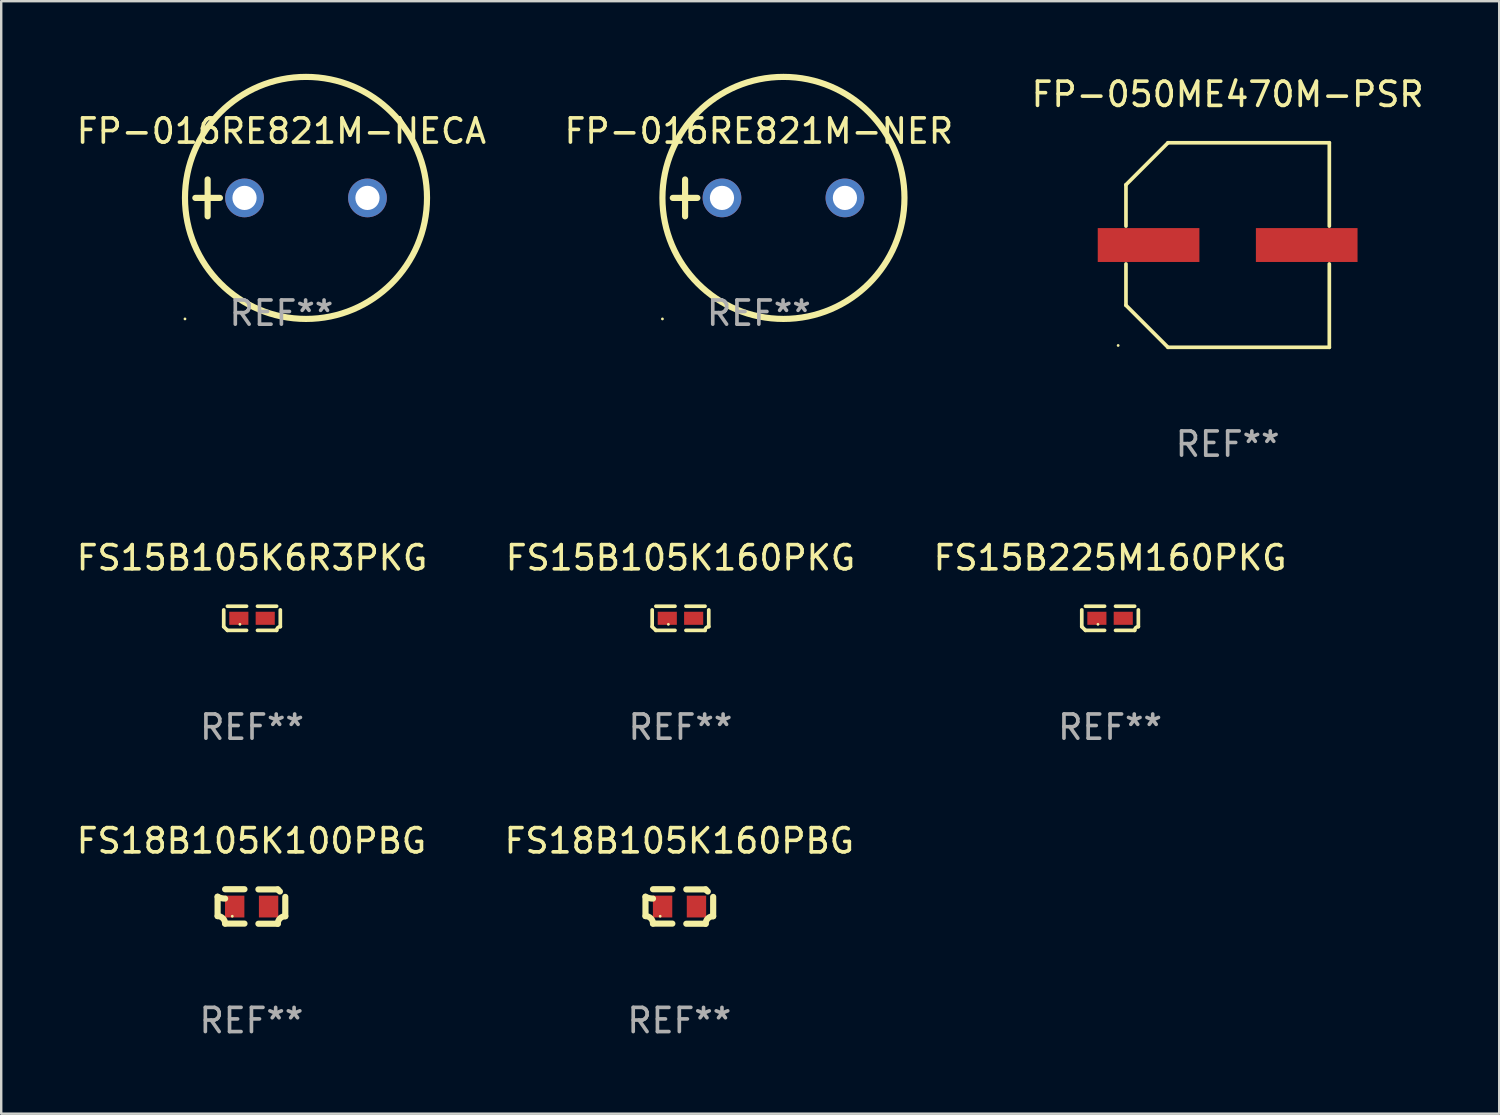
<source format=kicad_pcb>
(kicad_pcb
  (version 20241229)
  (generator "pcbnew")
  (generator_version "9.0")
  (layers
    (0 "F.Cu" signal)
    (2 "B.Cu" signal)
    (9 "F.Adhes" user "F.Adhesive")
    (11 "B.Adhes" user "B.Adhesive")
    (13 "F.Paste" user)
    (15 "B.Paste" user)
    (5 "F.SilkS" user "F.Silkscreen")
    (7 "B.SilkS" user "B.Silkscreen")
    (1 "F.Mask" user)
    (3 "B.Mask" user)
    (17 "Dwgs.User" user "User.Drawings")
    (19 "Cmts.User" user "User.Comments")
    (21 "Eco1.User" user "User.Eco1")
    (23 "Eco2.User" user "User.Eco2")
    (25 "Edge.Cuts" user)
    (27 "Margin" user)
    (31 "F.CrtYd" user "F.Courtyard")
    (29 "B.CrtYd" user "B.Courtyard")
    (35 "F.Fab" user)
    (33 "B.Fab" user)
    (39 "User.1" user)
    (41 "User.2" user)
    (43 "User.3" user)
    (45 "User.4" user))
  (footprint "FS15B105K160PKG"
    (layer "F.Cu")
    (at 25.065 22.496)
    (property "Reference" "FS15B105K160PKG" (at 0 -2.499 0) (layer "F.SilkS") (effects (font (size 1 1) (thickness 0.15))))
    (attr through_hole)
    (fp_line (start -1.169 0.346) (end -1.169 -0.346) (stroke (width 0.152) (type solid)) (layer "F.SilkS"))
    (fp_line (start -1.016 -0.499) (end -0.226 -0.499) (stroke (width 0.152) (type solid)) (layer "F.SilkS"))
    (fp_line (start -0.226 0.499) (end -1.016 0.499) (stroke (width 0.152) (type solid)) (layer "F.SilkS"))
    (fp_line (start 0.226 0.499) (end 1.016 0.499) (stroke (width 0.152) (type solid)) (layer "F.SilkS"))
    (fp_line (start 1.016 -0.499) (end 0.226 -0.499) (stroke (width 0.152) (type solid)) (layer "F.SilkS"))
    (fp_line (start 1.169 0.346) (end 1.169 -0.346) (stroke (width 0.152) (type solid)) (layer "F.SilkS"))
    (fp_arc (start -1.016307 0.498603) (mid -1.092512 0.422405) (end -1.16871 0.3462) (stroke (width 0.1524) (type solid)) (layer "F.SilkS"))
    (fp_arc (start 1.016307 0.498603) (mid 1.060899 0.390758) (end 1.168707 0.346076) (stroke (width 0.1524) (type solid)) (layer "F.SilkS"))
    (fp_circle (center -0.5 0.25) (end -0.47 0.25) (stroke (width 0.06) (type solid)) (fill no) (layer "F.SilkS"))
    (fp_text user "REF**" (at 0 4.499 0) (layer "F.Fab") (effects (font (size 1 1) (thickness 0.15))))
    (pad "1" smd rect (at -0.545 0) (size 0.79 0.54) (layers "F.Cu" "F.Mask" "F.Paste"))
    (pad "2" smd rect (at 0.545 0) (size 0.79 0.54) (layers "F.Cu" "F.Mask" "F.Paste")))
  (footprint "FP-050ME470M-PSR"
    (layer "F.Cu")
    (at 47.673 7.074)
    (property "Reference" "FP-050ME470M-PSR" (at 0 -6.226 0) (layer "F.SilkS") (effects (font (size 1 1) (thickness 0.15))))
    (attr through_hole)
    (fp_line (start -4.201 -2.49) (end -4.201 -0.782) (stroke (width 0.152) (type solid)) (layer "F.SilkS"))
    (fp_line (start -4.201 2.49) (end -4.201 0.782) (stroke (width 0.152) (type solid)) (layer "F.SilkS"))
    (fp_line (start -2.465 -4.226) (end -4.201 -2.49) (stroke (width 0.152) (type solid)) (layer "F.SilkS"))
    (fp_line (start -2.465 4.226) (end -4.201 2.49) (stroke (width 0.152) (type solid)) (layer "F.SilkS"))
    (fp_line (start 4.201 -4.226) (end -2.465 -4.226) (stroke (width 0.152) (type solid)) (layer "F.SilkS"))
    (fp_line (start 4.201 -0.782) (end 4.201 -4.226) (stroke (width 0.152) (type solid)) (layer "F.SilkS"))
    (fp_line (start 4.201 0.782) (end 4.201 4.226) (stroke (width 0.152) (type solid)) (layer "F.SilkS"))
    (fp_line (start 4.201 4.226) (end -2.465 4.226) (stroke (width 0.152) (type solid)) (layer "F.SilkS"))
    (fp_circle (center -4.524 4.15) (end -4.494 4.15) (stroke (width 0.06) (type solid)) (fill no) (layer "F.SilkS"))
    (fp_text user "REF**" (at 0 8.226 0) (layer "F.Fab") (effects (font (size 1 1) (thickness 0.15))))
    (pad "1" smd rect (at -3.267 0) (size 4.2 1.4) (layers "F.Cu" "F.Mask" "F.Paste"))
    (pad "2" smd rect (at 3.267 0) (size 4.2 1.4) (layers "F.Cu" "F.Mask" "F.Paste")))
  (footprint "FS18B105K160PBG"
    (layer "F.Cu")
    (at 25.018 34.404)
    (property "Reference" "FS18B105K160PBG" (at 0 -2.713 0) (layer "F.SilkS") (effects (font (size 1 1) (thickness 0.15))))
    (attr through_hole)
    (fp_line (start -1.398 -0.403) (end -1.398 0.397) (stroke (width 0.254) (type solid)) (layer "F.SilkS"))
    (fp_line (start -0.288 -0.713) (end -1.088 -0.713) (stroke (width 0.254) (type solid)) (layer "F.SilkS"))
    (fp_line (start -0.288 0.707) (end -1.088 0.707) (stroke (width 0.254) (type solid)) (layer "F.SilkS"))
    (fp_line (start 0.288 -0.707) (end 1.088 -0.707) (stroke (width 0.254) (type solid)) (layer "F.SilkS"))
    (fp_line (start 0.288 0.713) (end 1.088 0.713) (stroke (width 0.254) (type solid)) (layer "F.SilkS"))
    (fp_line (start 1.398 -0.397) (end 1.398 0.403) (stroke (width 0.254) (type solid)) (layer "F.SilkS"))
    (fp_arc (start -1.397789 0.397066) (mid -1.178701 0.487826) (end -1.08796 0.706922) (stroke (width 0.254001) (type solid)) (layer "F.SilkS"))
    (fp_arc (start -1.08796 -0.327176) (mid -1.247436 -0.346384) (end -1.39779 -0.402908) (stroke (width 0.254001) (type solid)) (layer "F.SilkS"))
    (fp_arc (start 1.087909 0.712738) (mid 1.178656 0.493655) (end 1.397739 0.402908) (stroke (width 0.254001) (type solid)) (layer "F.SilkS"))
    (fp_arc (start 1.175925 -0.618926) (mid 1.131917 -0.662923) (end 1.08791 -0.706922) (stroke (width 0.254001) (type solid)) (layer "F.SilkS"))
    (fp_circle (center -0.792 0.403) (end -0.762 0.403) (stroke (width 0.06) (type solid)) (fill no) (layer "F.SilkS"))
    (fp_text user "REF**" (at 0 4.713 0) (layer "F.Fab") (effects (font (size 1 1) (thickness 0.15))))
    (pad "1" smd rect (at -0.692 0.003) (size 0.8 0.9) (layers "F.Cu" "F.Mask" "F.Paste"))
    (pad "2" smd rect (at 0.708 0.003) (size 0.8 0.9) (layers "F.Cu" "F.Mask" "F.Paste")))
  (footprint "FS18B105K100PBG"
    (layer "F.Cu")
    (at 7.339 34.404)
    (property "Reference" "FS18B105K100PBG" (at 0 -2.713 0) (layer "F.SilkS") (effects (font (size 1 1) (thickness 0.15))))
    (attr through_hole)
    (fp_line (start -1.398 -0.403) (end -1.398 0.397) (stroke (width 0.254) (type solid)) (layer "F.SilkS"))
    (fp_line (start -0.288 -0.713) (end -1.088 -0.713) (stroke (width 0.254) (type solid)) (layer "F.SilkS"))
    (fp_line (start -0.288 0.707) (end -1.088 0.707) (stroke (width 0.254) (type solid)) (layer "F.SilkS"))
    (fp_line (start 0.288 -0.707) (end 1.088 -0.707) (stroke (width 0.254) (type solid)) (layer "F.SilkS"))
    (fp_line (start 0.288 0.713) (end 1.088 0.713) (stroke (width 0.254) (type solid)) (layer "F.SilkS"))
    (fp_line (start 1.398 -0.397) (end 1.398 0.403) (stroke (width 0.254) (type solid)) (layer "F.SilkS"))
    (fp_arc (start -1.397789 0.397066) (mid -1.178701 0.487826) (end -1.08796 0.706922) (stroke (width 0.254001) (type solid)) (layer "F.SilkS"))
    (fp_arc (start -1.08796 -0.327176) (mid -1.247436 -0.346384) (end -1.39779 -0.402908) (stroke (width 0.254001) (type solid)) (layer "F.SilkS"))
    (fp_arc (start 1.087909 0.712738) (mid 1.178656 0.493655) (end 1.397739 0.402908) (stroke (width 0.254001) (type solid)) (layer "F.SilkS"))
    (fp_arc (start 1.175925 -0.618926) (mid 1.131917 -0.662923) (end 1.08791 -0.706922) (stroke (width 0.254001) (type solid)) (layer "F.SilkS"))
    (fp_circle (center -0.792 0.403) (end -0.762 0.403) (stroke (width 0.06) (type solid)) (fill no) (layer "F.SilkS"))
    (fp_text user "REF**" (at 0 4.713 0) (layer "F.Fab") (effects (font (size 1 1) (thickness 0.15))))
    (pad "1" smd rect (at -0.692 0.003) (size 0.8 0.9) (layers "F.Cu" "F.Mask" "F.Paste"))
    (pad "2" smd rect (at 0.708 0.003) (size 0.8 0.9) (layers "F.Cu" "F.Mask" "F.Paste")))
  (footprint "FP-016RE821M-NECA"
    (layer "F.Cu")
    (at 8.577 5.127)
    (property "Reference" "FP-016RE821M-NECA" (at 0 -2.762 0) (layer "F.SilkS") (effects (font (size 1 1) (thickness 0.15))))
    (attr through_hole)
    (fp_line (start -3.556 0) (end -2.54 0) (stroke (width 0.254) (type solid)) (layer "F.SilkS"))
    (fp_line (start -3.048 -0.762) (end -3.048 0.762) (stroke (width 0.254) (type solid)) (layer "F.SilkS"))
    (fp_circle (center -3.984 5) (end -3.954 5) (stroke (width 0.06) (type solid)) (fill no) (layer "F.SilkS"))
    (fp_circle (center 1.016 0) (end 6.016 0) (stroke (width 0.254) (type solid)) (fill no) (layer "F.SilkS"))
    (fp_text user "REF**" (at 0 4.762 0) (layer "F.Fab") (effects (font (size 1 1) (thickness 0.15))))
    (pad "1" thru_hole circle (at -1.524 0) (size 1.6 1.6) (drill 1) (layers "*.Cu" "*.Mask"))
    (pad "2" thru_hole circle (at 3.556 0) (size 1.6 1.6) (drill 1) (layers "*.Cu" "*.Mask")))
  (footprint "FS15B225M160PKG"
    (layer "F.Cu")
    (at 42.815 22.496)
    (property "Reference" "FS15B225M160PKG" (at 0 -2.499 0) (layer "F.SilkS") (effects (font (size 1 1) (thickness 0.15))))
    (attr through_hole)
    (fp_line (start -1.169 0.346) (end -1.169 -0.346) (stroke (width 0.152) (type solid)) (layer "F.SilkS"))
    (fp_line (start -1.016 -0.499) (end -0.226 -0.499) (stroke (width 0.152) (type solid)) (layer "F.SilkS"))
    (fp_line (start -0.226 0.499) (end -1.016 0.499) (stroke (width 0.152) (type solid)) (layer "F.SilkS"))
    (fp_line (start 0.226 0.499) (end 1.016 0.499) (stroke (width 0.152) (type solid)) (layer "F.SilkS"))
    (fp_line (start 1.016 -0.499) (end 0.226 -0.499) (stroke (width 0.152) (type solid)) (layer "F.SilkS"))
    (fp_line (start 1.169 0.346) (end 1.169 -0.346) (stroke (width 0.152) (type solid)) (layer "F.SilkS"))
    (fp_arc (start -1.016307 0.498603) (mid -1.092512 0.422405) (end -1.16871 0.3462) (stroke (width 0.1524) (type solid)) (layer "F.SilkS"))
    (fp_arc (start 1.016307 0.498603) (mid 1.060899 0.390758) (end 1.168707 0.346076) (stroke (width 0.1524) (type solid)) (layer "F.SilkS"))
    (fp_circle (center -0.5 0.25) (end -0.47 0.25) (stroke (width 0.06) (type solid)) (fill no) (layer "F.SilkS"))
    (fp_text user "REF**" (at 0 4.499 0) (layer "F.Fab") (effects (font (size 1 1) (thickness 0.15))))
    (pad "1" smd rect (at -0.545 0) (size 0.79 0.54) (layers "F.Cu" "F.Mask" "F.Paste"))
    (pad "2" smd rect (at 0.545 0) (size 0.79 0.54) (layers "F.Cu" "F.Mask" "F.Paste")))
  (footprint "FS15B105K6R3PKG"
    (layer "F.Cu")
    (at 7.363 22.496)
    (property "Reference" "FS15B105K6R3PKG" (at 0 -2.499 0) (layer "F.SilkS") (effects (font (size 1 1) (thickness 0.15))))
    (attr through_hole)
    (fp_line (start -1.169 0.346) (end -1.169 -0.346) (stroke (width 0.152) (type solid)) (layer "F.SilkS"))
    (fp_line (start -1.016 -0.499) (end -0.226 -0.499) (stroke (width 0.152) (type solid)) (layer "F.SilkS"))
    (fp_line (start -0.226 0.499) (end -1.016 0.499) (stroke (width 0.152) (type solid)) (layer "F.SilkS"))
    (fp_line (start 0.226 0.499) (end 1.016 0.499) (stroke (width 0.152) (type solid)) (layer "F.SilkS"))
    (fp_line (start 1.016 -0.499) (end 0.226 -0.499) (stroke (width 0.152) (type solid)) (layer "F.SilkS"))
    (fp_line (start 1.169 0.346) (end 1.169 -0.346) (stroke (width 0.152) (type solid)) (layer "F.SilkS"))
    (fp_arc (start -1.016307 0.498603) (mid -1.092512 0.422405) (end -1.16871 0.3462) (stroke (width 0.1524) (type solid)) (layer "F.SilkS"))
    (fp_arc (start 1.016307 0.498603) (mid 1.060899 0.390758) (end 1.168707 0.346076) (stroke (width 0.1524) (type solid)) (layer "F.SilkS"))
    (fp_circle (center -0.5 0.25) (end -0.47 0.25) (stroke (width 0.06) (type solid)) (fill no) (layer "F.SilkS"))
    (fp_text user "REF**" (at 0 4.499 0) (layer "F.Fab") (effects (font (size 1 1) (thickness 0.15))))
    (pad "1" smd rect (at -0.545 0) (size 0.79 0.54) (layers "F.Cu" "F.Mask" "F.Paste"))
    (pad "2" smd rect (at 0.545 0) (size 0.79 0.54) (layers "F.Cu" "F.Mask" "F.Paste")))
  (footprint "FP-016RE821M-NER"
    (layer "F.Cu")
    (at 28.304 5.127)
    (property "Reference" "FP-016RE821M-NER" (at 0 -2.762 0) (layer "F.SilkS") (effects (font (size 1 1) (thickness 0.15))))
    (attr through_hole)
    (fp_line (start -3.556 0) (end -2.54 0) (stroke (width 0.254) (type solid)) (layer "F.SilkS"))
    (fp_line (start -3.048 -0.762) (end -3.048 0.762) (stroke (width 0.254) (type solid)) (layer "F.SilkS"))
    (fp_circle (center -3.984 5) (end -3.954 5) (stroke (width 0.06) (type solid)) (fill no) (layer "F.SilkS"))
    (fp_circle (center 1.016 0) (end 6.016 0) (stroke (width 0.254) (type solid)) (fill no) (layer "F.SilkS"))
    (fp_text user "REF**" (at 0 4.762 0) (layer "F.Fab") (effects (font (size 1 1) (thickness 0.15))))
    (pad "1" thru_hole circle (at -1.524 0) (size 1.6 1.6) (drill 1) (layers "*.Cu" "*.Mask"))
    (pad "2" thru_hole circle (at 3.556 0) (size 1.6 1.6) (drill 1) (layers "*.Cu" "*.Mask")))
  (gr_rect
    (start -3 -3)
    (end 58.893 42.965)
    (stroke (width 0.1) (type default))
    (fill no)
    (layer "Edge.Cuts")))
</source>
